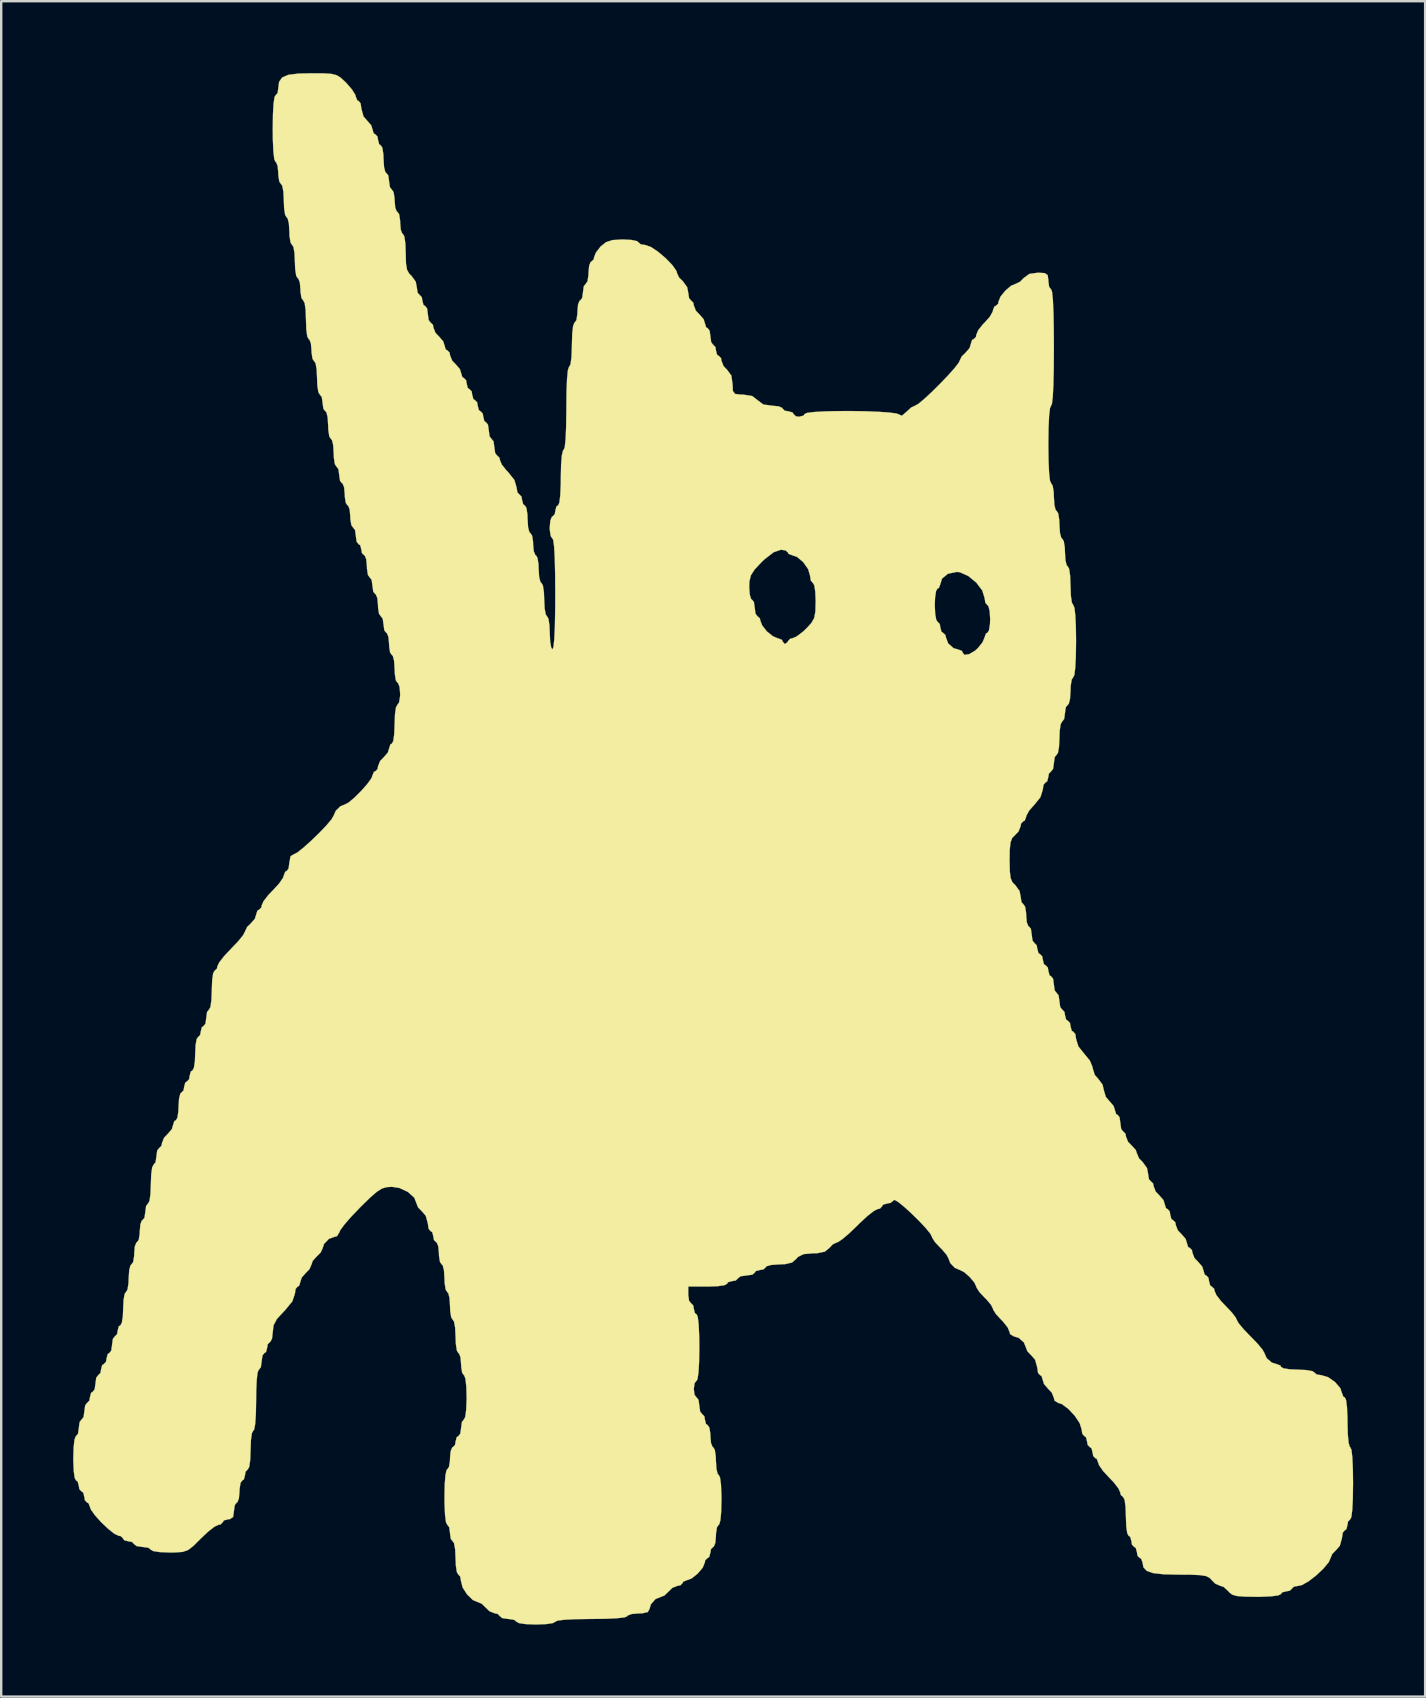
<source format=kicad_pcb>
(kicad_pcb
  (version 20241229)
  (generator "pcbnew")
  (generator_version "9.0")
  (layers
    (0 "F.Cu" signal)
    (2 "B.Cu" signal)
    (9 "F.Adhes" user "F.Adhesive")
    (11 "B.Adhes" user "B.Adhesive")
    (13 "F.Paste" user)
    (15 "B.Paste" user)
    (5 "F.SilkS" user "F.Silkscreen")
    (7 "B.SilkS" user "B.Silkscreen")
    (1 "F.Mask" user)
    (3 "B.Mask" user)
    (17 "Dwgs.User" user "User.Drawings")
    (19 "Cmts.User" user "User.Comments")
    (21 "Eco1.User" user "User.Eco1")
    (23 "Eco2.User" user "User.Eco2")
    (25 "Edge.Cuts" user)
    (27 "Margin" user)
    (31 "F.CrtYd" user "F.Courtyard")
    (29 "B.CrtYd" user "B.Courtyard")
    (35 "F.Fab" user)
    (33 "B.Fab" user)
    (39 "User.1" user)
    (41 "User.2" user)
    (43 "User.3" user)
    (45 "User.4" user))
  (footprint "MUMBO_WUMBO"
    (layer "F.Cu")
    (at 26.675 32.332)
    (property "Reference" "MUMBO_WUMBO" (at 0 0 0) (layer "F.SilkS") (effects (font (size 1.524 1.524) (thickness 0.3))))
    (attr through_hole)
    (fp_poly (pts (xy -16.247 -32.324) (xy -15.917 -32.304) (xy -15.697 -32.249) (xy -15.524 -32.143) (xy -15.337 -31.97) (xy -15.294 -31.927) (xy -15.059 -31.658) (xy -14.915 -31.428) (xy -14.894 -31.35) (xy -14.832 -31.194) (xy -14.778 -31.173) (xy -14.695 -31.073) (xy -14.663 -30.852) (xy -14.575 -30.529) (xy -14.432 -30.365) (xy -14.251 -30.157) (xy -14.201 -29.993) (xy -14.147 -29.819) (xy -14.085 -29.787) (xy -13.992 -29.691) (xy -13.97 -29.556) (xy -13.922 -29.369) (xy -13.855 -29.325) (xy -13.789 -29.222) (xy -13.747 -28.956) (xy -13.739 -28.748) (xy -13.718 -28.419) (xy -13.665 -28.21) (xy -13.624 -28.171) (xy -13.543 -28.071) (xy -13.508 -27.829) (xy -13.508 -27.825) (xy -13.475 -27.581) (xy -13.394 -27.478) (xy -13.393 -27.478) (xy -13.32 -27.376) (xy -13.28 -27.12) (xy -13.277 -27.016) (xy -13.252 -26.727) (xy -13.188 -26.566) (xy -13.162 -26.555) (xy -13.09 -26.452) (xy -13.049 -26.196) (xy -13.046 -26.093) (xy -13.021 -25.804) (xy -12.957 -25.643) (xy -12.931 -25.631) (xy -12.871 -25.524) (xy -12.83 -25.24) (xy -12.815 -24.848) (xy -12.804 -24.407) (xy -12.759 -24.135) (xy -12.665 -23.969) (xy -12.585 -23.899) (xy -12.398 -23.643) (xy -12.354 -23.412) (xy -12.318 -23.18) (xy -12.238 -23.091) (xy -12.144 -22.994) (xy -12.123 -22.86) (xy -12.074 -22.672) (xy -12.007 -22.629) (xy -11.926 -22.529) (xy -11.892 -22.287) (xy -11.892 -22.283) (xy -11.858 -22.04) (xy -11.778 -21.936) (xy -11.776 -21.936) (xy -11.679 -21.841) (xy -11.661 -21.731) (xy -11.574 -21.508) (xy -11.43 -21.359) (xy -11.25 -21.152) (xy -11.199 -20.987) (xy -11.145 -20.814) (xy -11.084 -20.782) (xy -10.986 -20.686) (xy -10.968 -20.576) (xy -10.881 -20.353) (xy -10.737 -20.205) (xy -10.557 -19.997) (xy -10.506 -19.833) (xy -10.453 -19.659) (xy -10.391 -19.627) (xy -10.297 -19.531) (xy -10.275 -19.396) (xy -10.227 -19.209) (xy -10.16 -19.165) (xy -10.066 -19.069) (xy -10.045 -18.935) (xy -9.996 -18.747) (xy -9.929 -18.704) (xy -9.835 -18.607) (xy -9.814 -18.473) (xy -9.765 -18.285) (xy -9.698 -18.242) (xy -9.604 -18.145) (xy -9.583 -18.011) (xy -9.534 -17.823) (xy -9.467 -17.78) (xy -9.386 -17.68) (xy -9.352 -17.438) (xy -9.352 -17.434) (xy -9.318 -17.19) (xy -9.238 -17.087) (xy -9.236 -17.087) (xy -9.155 -16.987) (xy -9.121 -16.745) (xy -9.121 -16.741) (xy -9.087 -16.498) (xy -9.007 -16.395) (xy -9.005 -16.395) (xy -8.905 -16.3) (xy -8.89 -16.21) (xy -8.811 -16.019) (xy -8.613 -15.771) (xy -8.544 -15.702) (xy -8.285 -15.374) (xy -8.197 -15.078) (xy -8.159 -14.856) (xy -8.082 -14.778) (xy -7.988 -14.681) (xy -7.966 -14.547) (xy -7.918 -14.36) (xy -7.851 -14.316) (xy -7.785 -14.213) (xy -7.743 -13.947) (xy -7.735 -13.739) (xy -7.715 -13.41) (xy -7.662 -13.201) (xy -7.62 -13.162) (xy -7.548 -13.059) (xy -7.507 -12.804) (xy -7.505 -12.7) (xy -7.479 -12.411) (xy -7.415 -12.25) (xy -7.389 -12.238) (xy -7.323 -12.134) (xy -7.281 -11.869) (xy -7.274 -11.661) (xy -7.253 -11.332) (xy -7.2 -11.123) (xy -7.158 -11.084) (xy -7.097 -10.978) (xy -7.055 -10.704) (xy -7.043 -10.391) (xy -7.025 -10.022) (xy -6.979 -9.772) (xy -6.927 -9.698) (xy -6.866 -9.593) (xy -6.824 -9.318) (xy -6.812 -9.005) (xy -6.794 -8.636) (xy -6.749 -8.386) (xy -6.696 -8.313) (xy -6.654 -8.426) (xy -6.621 -8.756) (xy -6.597 -9.291) (xy -6.584 -10.016) (xy -6.581 -10.622) (xy -6.583 -10.913) (xy 1.501 -10.913) (xy 1.524 -10.603) (xy 1.581 -10.415) (xy 1.616 -10.391) (xy 1.697 -10.291) (xy 1.732 -10.049) (xy 1.732 -10.045) (xy 1.765 -9.801) (xy 1.846 -9.698) (xy 1.847 -9.698) (xy 1.949 -9.604) (xy 1.963 -9.52) (xy 2.039 -9.321) (xy 2.226 -9.078) (xy 2.246 -9.058) (xy 2.488 -8.865) (xy 2.695 -8.775) (xy 2.708 -8.775) (xy 2.865 -8.714) (xy 2.886 -8.659) (xy 2.974 -8.547) (xy 3.002 -8.544) (xy 3.114 -8.631) (xy 3.117 -8.659) (xy 3.211 -8.761) (xy 3.294 -8.775) (xy 3.475 -8.851) (xy 3.734 -9.047) (xy 3.872 -9.175) (xy 4.09 -9.411) (xy 4.21 -9.621) (xy 4.261 -9.889) (xy 4.268 -10.16) (xy 9.236 -10.16) (xy 9.254 -9.791) (xy 9.3 -9.541) (xy 9.352 -9.467) (xy 9.446 -9.371) (xy 9.467 -9.236) (xy 9.516 -9.049) (xy 9.583 -9.005) (xy 9.684 -8.911) (xy 9.698 -8.824) (xy 9.796 -8.563) (xy 10.024 -8.364) (xy 10.209 -8.313) (xy 10.368 -8.253) (xy 10.391 -8.197) (xy 10.468 -8.088) (xy 10.661 -8.113) (xy 10.91 -8.258) (xy 11.031 -8.365) (xy 11.225 -8.607) (xy 11.314 -8.814) (xy 11.315 -8.827) (xy 11.375 -8.984) (xy 11.43 -9.005) (xy 11.496 -9.109) (xy 11.538 -9.375) (xy 11.545 -9.583) (xy 11.525 -9.912) (xy 11.472 -10.121) (xy 11.43 -10.16) (xy 11.344 -10.259) (xy 11.315 -10.452) (xy 11.216 -10.772) (xy 10.966 -11.101) (xy 10.632 -11.375) (xy 10.281 -11.531) (xy 10.156 -11.545) (xy 9.786 -11.469) (xy 9.539 -11.266) (xy 9.467 -11.034) (xy 9.407 -10.875) (xy 9.352 -10.853) (xy 9.29 -10.748) (xy 9.249 -10.473) (xy 9.236 -10.16) (xy 4.268 -10.16) (xy 4.272 -10.298) (xy 4.272 -10.329) (xy 4.256 -10.723) (xy 4.213 -10.993) (xy 4.156 -11.084) (xy 4.07 -11.183) (xy 4.041 -11.378) (xy 3.958 -11.661) (xy 3.754 -11.951) (xy 3.499 -12.169) (xy 3.296 -12.238) (xy 3.139 -12.299) (xy 3.117 -12.354) (xy 3.018 -12.44) (xy 2.826 -12.469) (xy 2.524 -12.367) (xy 2.133 -12.064) (xy 2.017 -11.953) (xy 1.727 -11.643) (xy 1.571 -11.401) (xy 1.51 -11.147) (xy 1.501 -10.913) (xy -6.583 -10.913) (xy -6.587 -11.471) (xy -6.603 -12.138) (xy -6.63 -12.611) (xy -6.666 -12.876) (xy -6.696 -12.931) (xy -6.769 -13.033) (xy -6.809 -13.289) (xy -6.812 -13.393) (xy -6.786 -13.682) (xy -6.722 -13.843) (xy -6.696 -13.855) (xy -6.603 -13.951) (xy -6.581 -14.085) (xy -6.533 -14.273) (xy -6.465 -14.316) (xy -6.412 -14.426) (xy -6.373 -14.733) (xy -6.352 -15.204) (xy -6.35 -15.471) (xy -6.339 -16.007) (xy -6.308 -16.395) (xy -6.261 -16.601) (xy -6.235 -16.625) (xy -6.187 -16.738) (xy -6.152 -17.061) (xy -6.129 -17.575) (xy -6.119 -18.26) (xy -6.119 -18.357) (xy -6.112 -19.063) (xy -6.09 -19.6) (xy -6.056 -19.948) (xy -6.01 -20.087) (xy -6.004 -20.089) (xy -5.946 -20.197) (xy -5.906 -20.492) (xy -5.889 -20.93) (xy -5.888 -21.013) (xy -5.875 -21.47) (xy -5.838 -21.792) (xy -5.783 -21.933) (xy -5.773 -21.936) (xy -5.7 -22.039) (xy -5.66 -22.295) (xy -5.657 -22.398) (xy -5.632 -22.687) (xy -5.568 -22.848) (xy -5.542 -22.86) (xy -5.461 -22.96) (xy -5.426 -23.202) (xy -5.426 -23.206) (xy -5.393 -23.45) (xy -5.312 -23.553) (xy -5.311 -23.553) (xy -5.239 -23.655) (xy -5.198 -23.911) (xy -5.195 -24.015) (xy -5.17 -24.304) (xy -5.106 -24.465) (xy -5.08 -24.476) (xy -4.978 -24.57) (xy -4.965 -24.655) (xy -4.888 -24.853) (xy -4.701 -25.096) (xy -4.681 -25.117) (xy -4.461 -25.29) (xy -4.195 -25.376) (xy -3.796 -25.4) (xy -3.758 -25.4) (xy -3.408 -25.381) (xy -3.176 -25.333) (xy -3.117 -25.285) (xy -3.018 -25.198) (xy -2.826 -25.169) (xy -2.6 -25.09) (xy -2.298 -24.889) (xy -1.979 -24.62) (xy -1.703 -24.335) (xy -1.531 -24.088) (xy -1.501 -23.985) (xy -1.416 -23.807) (xy -1.27 -23.668) (xy -1.084 -23.412) (xy -1.039 -23.181) (xy -1.003 -22.949) (xy -0.924 -22.86) (xy -0.826 -22.765) (xy -0.808 -22.655) (xy -0.721 -22.431) (xy -0.577 -22.283) (xy -0.397 -22.075) (xy -0.346 -21.911) (xy -0.293 -21.738) (xy -0.231 -21.705) (xy -0.15 -21.605) (xy -0.115 -21.363) (xy -0.115 -21.359) (xy -0.082 -21.116) (xy -0.001 -21.013) (xy 0 -21.013) (xy 0.094 -20.916) (xy 0.115 -20.782) (xy 0.164 -20.594) (xy 0.231 -20.551) (xy 0.328 -20.455) (xy 0.346 -20.345) (xy 0.433 -20.122) (xy 0.577 -19.974) (xy 0.758 -19.728) (xy 0.808 -19.371) (xy 0.822 -19.086) (xy 0.909 -18.964) (xy 1.138 -18.935) (xy 1.245 -18.935) (xy 1.631 -18.874) (xy 1.847 -18.704) (xy 2.093 -18.522) (xy 2.45 -18.473) (xy 2.73 -18.446) (xy 2.879 -18.379) (xy 2.886 -18.357) (xy 2.983 -18.263) (xy 3.117 -18.242) (xy 3.305 -18.193) (xy 3.348 -18.126) (xy 3.445 -18.033) (xy 3.579 -18.011) (xy 3.767 -18.059) (xy 3.81 -18.126) (xy 3.918 -18.174) (xy 4.211 -18.21) (xy 4.643 -18.235) (xy 5.17 -18.247) (xy 5.746 -18.249) (xy 6.325 -18.24) (xy 6.862 -18.22) (xy 7.311 -18.19) (xy 7.628 -18.15) (xy 7.766 -18.101) (xy 7.768 -18.098) (xy 7.864 -18.052) (xy 8.051 -18.213) (xy 8.257 -18.399) (xy 8.415 -18.473) (xy 8.556 -18.552) (xy 8.807 -18.762) (xy 9.127 -19.059) (xy 9.472 -19.402) (xy 9.801 -19.746) (xy 10.071 -20.05) (xy 10.24 -20.271) (xy 10.275 -20.35) (xy 10.361 -20.528) (xy 10.506 -20.666) (xy 10.687 -20.874) (xy 10.737 -21.038) (xy 10.791 -21.212) (xy 10.853 -21.244) (xy 10.953 -21.338) (xy 10.968 -21.428) (xy 11.048 -21.62) (xy 11.245 -21.868) (xy 11.315 -21.936) (xy 11.535 -22.184) (xy 11.654 -22.401) (xy 11.661 -22.445) (xy 11.72 -22.605) (xy 11.776 -22.629) (xy 11.878 -22.723) (xy 11.892 -22.808) (xy 11.976 -23.018) (xy 12.177 -23.266) (xy 12.416 -23.471) (xy 12.612 -23.553) (xy 12.792 -23.638) (xy 12.931 -23.784) (xy 13.177 -23.965) (xy 13.534 -24.015) (xy 13.819 -23.999) (xy 13.942 -23.915) (xy 13.97 -23.71) (xy 13.97 -23.668) (xy 14.003 -23.425) (xy 14.084 -23.322) (xy 14.085 -23.322) (xy 14.127 -23.209) (xy 14.16 -22.877) (xy 14.184 -22.34) (xy 14.197 -21.61) (xy 14.201 -20.897) (xy 14.196 -20.022) (xy 14.18 -19.33) (xy 14.154 -18.833) (xy 14.119 -18.545) (xy 14.085 -18.473) (xy 14.037 -18.361) (xy 14.001 -18.04) (xy 13.978 -17.532) (xy 13.97 -16.858) (xy 13.97 -16.856) (xy 13.978 -16.182) (xy 14.001 -15.673) (xy 14.037 -15.352) (xy 14.085 -15.24) (xy 14.085 -15.24) (xy 14.151 -15.136) (xy 14.193 -14.871) (xy 14.201 -14.663) (xy 14.222 -14.333) (xy 14.275 -14.124) (xy 14.316 -14.085) (xy 14.382 -13.982) (xy 14.424 -13.716) (xy 14.432 -13.508) (xy 14.453 -13.179) (xy 14.506 -12.97) (xy 14.547 -12.931) (xy 14.613 -12.827) (xy 14.655 -12.562) (xy 14.663 -12.354) (xy 14.683 -12.024) (xy 14.737 -11.815) (xy 14.778 -11.776) (xy 14.837 -11.67) (xy 14.878 -11.383) (xy 14.894 -10.969) (xy 14.894 -10.968) (xy 14.909 -10.554) (xy 14.95 -10.267) (xy 15.009 -10.16) (xy 15.009 -10.16) (xy 15.058 -10.049) (xy 15.095 -9.73) (xy 15.118 -9.229) (xy 15.125 -8.659) (xy 15.116 -8.017) (xy 15.091 -7.538) (xy 15.053 -7.244) (xy 15.009 -7.158) (xy 14.943 -7.054) (xy 14.901 -6.789) (xy 14.894 -6.581) (xy 14.873 -6.252) (xy 14.82 -6.043) (xy 14.778 -6.004) (xy 14.697 -5.903) (xy 14.663 -5.662) (xy 14.663 -5.657) (xy 14.629 -5.414) (xy 14.549 -5.311) (xy 14.547 -5.311) (xy 14.486 -5.206) (xy 14.444 -4.931) (xy 14.432 -4.618) (xy 14.414 -4.249) (xy 14.369 -3.999) (xy 14.316 -3.925) (xy 14.235 -3.825) (xy 14.201 -3.583) (xy 14.201 -3.579) (xy 14.167 -3.336) (xy 14.087 -3.233) (xy 14.085 -3.233) (xy 13.992 -3.136) (xy 13.97 -3.002) (xy 13.922 -2.814) (xy 13.855 -2.771) (xy 13.769 -2.672) (xy 13.739 -2.471) (xy 13.64 -2.154) (xy 13.393 -1.847) (xy 13.173 -1.6) (xy 13.053 -1.383) (xy 13.046 -1.339) (xy 12.987 -1.178) (xy 12.931 -1.155) (xy 12.834 -1.059) (xy 12.815 -0.949) (xy 12.728 -0.726) (xy 12.585 -0.577) (xy 12.463 -0.456) (xy 12.393 -0.27) (xy 12.361 0.037) (xy 12.354 0.462) (xy 12.363 0.926) (xy 12.398 1.218) (xy 12.474 1.394) (xy 12.585 1.501) (xy 12.771 1.757) (xy 12.815 1.988) (xy 12.851 2.22) (xy 12.931 2.309) (xy 13.003 2.412) (xy 13.043 2.667) (xy 13.046 2.771) (xy 13.072 3.06) (xy 13.136 3.221) (xy 13.162 3.233) (xy 13.243 3.333) (xy 13.277 3.575) (xy 13.277 3.579) (xy 13.311 3.822) (xy 13.391 3.925) (xy 13.393 3.925) (xy 13.487 4.022) (xy 13.508 4.156) (xy 13.557 4.344) (xy 13.624 4.387) (xy 13.717 4.484) (xy 13.739 4.618) (xy 13.787 4.806) (xy 13.855 4.849) (xy 13.948 4.946) (xy 13.97 5.08) (xy 14.018 5.268) (xy 14.085 5.311) (xy 14.167 5.411) (xy 14.201 5.653) (xy 14.201 5.657) (xy 14.234 5.9) (xy 14.315 6.004) (xy 14.316 6.004) (xy 14.397 6.104) (xy 14.432 6.346) (xy 14.432 6.35) (xy 14.465 6.593) (xy 14.546 6.696) (xy 14.547 6.696) (xy 14.641 6.793) (xy 14.663 6.927) (xy 14.711 7.115) (xy 14.778 7.158) (xy 14.872 7.255) (xy 14.894 7.389) (xy 14.942 7.577) (xy 15.009 7.62) (xy 15.095 7.719) (xy 15.125 7.92) (xy 15.224 8.237) (xy 15.471 8.544) (xy 15.703 8.828) (xy 15.815 9.104) (xy 15.817 9.142) (xy 15.906 9.422) (xy 16.048 9.583) (xy 16.228 9.823) (xy 16.279 10.045) (xy 16.366 10.338) (xy 16.51 10.506) (xy 16.69 10.714) (xy 16.741 10.878) (xy 16.795 11.052) (xy 16.856 11.084) (xy 16.937 11.184) (xy 16.972 11.426) (xy 16.972 11.43) (xy 17.005 11.673) (xy 17.086 11.776) (xy 17.087 11.776) (xy 17.185 11.872) (xy 17.203 11.982) (xy 17.29 12.205) (xy 17.434 12.354) (xy 17.613 12.55) (xy 17.665 12.7) (xy 17.751 12.902) (xy 17.895 13.046) (xy 18.082 13.303) (xy 18.126 13.534) (xy 18.162 13.766) (xy 18.242 13.855) (xy 18.339 13.95) (xy 18.357 14.06) (xy 18.444 14.283) (xy 18.588 14.432) (xy 18.769 14.639) (xy 18.819 14.804) (xy 18.873 14.977) (xy 18.935 15.009) (xy 19.028 15.106) (xy 19.05 15.24) (xy 19.098 15.428) (xy 19.165 15.471) (xy 19.263 15.566) (xy 19.281 15.676) (xy 19.368 15.9) (xy 19.512 16.048) (xy 19.692 16.256) (xy 19.743 16.42) (xy 19.796 16.593) (xy 19.858 16.625) (xy 19.956 16.721) (xy 19.974 16.831) (xy 20.061 17.054) (xy 20.205 17.203) (xy 20.385 17.41) (xy 20.435 17.575) (xy 20.489 17.748) (xy 20.551 17.78) (xy 20.645 17.877) (xy 20.666 18.011) (xy 20.715 18.199) (xy 20.782 18.242) (xy 20.883 18.336) (xy 20.897 18.424) (xy 20.976 18.601) (xy 21.178 18.861) (xy 21.359 19.05) (xy 21.615 19.318) (xy 21.782 19.536) (xy 21.821 19.626) (xy 21.898 19.767) (xy 22.102 20.013) (xy 22.388 20.311) (xy 22.398 20.32) (xy 22.686 20.618) (xy 22.893 20.866) (xy 22.975 21.011) (xy 22.975 21.013) (xy 23.07 21.229) (xy 23.286 21.412) (xy 23.487 21.475) (xy 23.646 21.534) (xy 23.668 21.59) (xy 23.773 21.651) (xy 24.048 21.693) (xy 24.361 21.705) (xy 24.73 21.723) (xy 24.98 21.769) (xy 25.054 21.821) (xy 25.153 21.907) (xy 25.348 21.936) (xy 25.631 22.019) (xy 25.921 22.223) (xy 26.139 22.478) (xy 26.208 22.682) (xy 26.269 22.839) (xy 26.324 22.86) (xy 26.379 22.969) (xy 26.418 23.271) (xy 26.438 23.727) (xy 26.439 23.899) (xy 26.451 24.397) (xy 26.485 24.752) (xy 26.535 24.927) (xy 26.555 24.938) (xy 26.604 25.05) (xy 26.641 25.368) (xy 26.663 25.869) (xy 26.67 26.439) (xy 26.661 27.081) (xy 26.637 27.561) (xy 26.598 27.854) (xy 26.555 27.94) (xy 26.461 28.037) (xy 26.439 28.171) (xy 26.391 28.359) (xy 26.324 28.402) (xy 26.24 28.502) (xy 26.208 28.723) (xy 26.12 29.045) (xy 25.977 29.21) (xy 25.798 29.395) (xy 25.746 29.527) (xy 25.658 29.729) (xy 25.433 29.999) (xy 25.132 30.284) (xy 24.813 30.53) (xy 24.537 30.684) (xy 24.422 30.711) (xy 24.203 30.75) (xy 24.13 30.826) (xy 24.033 30.92) (xy 23.899 30.942) (xy 23.711 30.99) (xy 23.668 31.057) (xy 23.559 31.113) (xy 23.259 31.153) (xy 22.806 31.172) (xy 22.655 31.173) (xy 22.153 31.166) (xy 21.83 31.14) (xy 21.633 31.084) (xy 21.51 30.987) (xy 21.475 30.942) (xy 21.278 30.762) (xy 21.128 30.711) (xy 20.926 30.625) (xy 20.782 30.48) (xy 20.682 30.375) (xy 20.535 30.307) (xy 20.292 30.269) (xy 19.907 30.252) (xy 19.42 30.249) (xy 18.784 30.235) (xy 18.345 30.187) (xy 18.072 30.093) (xy 17.933 29.943) (xy 17.895 29.738) (xy 17.836 29.579) (xy 17.78 29.556) (xy 17.686 29.46) (xy 17.665 29.325) (xy 17.616 29.138) (xy 17.549 29.095) (xy 17.455 28.998) (xy 17.434 28.864) (xy 17.385 28.676) (xy 17.318 28.633) (xy 17.259 28.526) (xy 17.218 28.24) (xy 17.203 27.825) (xy 17.203 27.825) (xy 17.187 27.41) (xy 17.147 27.123) (xy 17.087 27.016) (xy 17.087 27.016) (xy 16.986 26.922) (xy 16.972 26.834) (xy 16.893 26.657) (xy 16.691 26.397) (xy 16.51 26.208) (xy 16.253 25.93) (xy 16.085 25.69) (xy 16.048 25.582) (xy 15.989 25.423) (xy 15.933 25.4) (xy 15.839 25.303) (xy 15.817 25.169) (xy 15.769 24.981) (xy 15.702 24.938) (xy 15.608 24.841) (xy 15.586 24.707) (xy 15.538 24.52) (xy 15.471 24.476) (xy 15.385 24.377) (xy 15.355 24.184) (xy 15.274 23.93) (xy 15.07 23.626) (xy 14.804 23.341) (xy 14.538 23.142) (xy 14.378 23.091) (xy 14.229 22.996) (xy 14.201 22.885) (xy 14.114 22.662) (xy 13.97 22.514) (xy 13.79 22.306) (xy 13.739 22.142) (xy 13.685 21.968) (xy 13.624 21.936) (xy 13.54 21.837) (xy 13.508 21.615) (xy 13.42 21.293) (xy 13.277 21.128) (xy 13.098 20.941) (xy 13.046 20.806) (xy 12.95 20.568) (xy 12.729 20.376) (xy 12.535 20.32) (xy 12.378 20.227) (xy 12.354 20.135) (xy 12.274 19.944) (xy 12.077 19.696) (xy 12.007 19.627) (xy 11.789 19.392) (xy 11.669 19.202) (xy 11.661 19.165) (xy 11.583 19.005) (xy 11.388 18.775) (xy 11.315 18.704) (xy 11.096 18.47) (xy 10.976 18.283) (xy 10.968 18.248) (xy 10.886 18.071) (xy 10.692 17.843) (xy 10.464 17.643) (xy 10.282 17.55) (xy 10.272 17.549) (xy 10.069 17.46) (xy 9.882 17.262) (xy 9.814 17.084) (xy 9.735 16.926) (xy 9.541 16.697) (xy 9.467 16.625) (xy 9.249 16.392) (xy 9.129 16.208) (xy 9.121 16.173) (xy 9.048 16.032) (xy 8.855 15.798) (xy 8.586 15.51) (xy 8.281 15.21) (xy 7.982 14.936) (xy 7.73 14.73) (xy 7.568 14.632) (xy 7.532 14.639) (xy 7.393 14.755) (xy 7.264 14.778) (xy 7.082 14.828) (xy 7.043 14.894) (xy 6.949 14.995) (xy 6.863 15.009) (xy 6.704 15.087) (xy 6.437 15.295) (xy 6.112 15.594) (xy 6.004 15.702) (xy 5.674 16.02) (xy 5.391 16.261) (xy 5.203 16.386) (xy 5.17 16.395) (xy 4.989 16.48) (xy 4.849 16.625) (xy 4.658 16.785) (xy 4.345 16.851) (xy 4.156 16.856) (xy 3.77 16.89) (xy 3.535 17.006) (xy 3.464 17.087) (xy 3.283 17.242) (xy 2.989 17.309) (xy 2.745 17.318) (xy 2.425 17.34) (xy 2.226 17.395) (xy 2.194 17.434) (xy 2.097 17.527) (xy 1.963 17.549) (xy 1.775 17.597) (xy 1.732 17.665) (xy 1.631 17.746) (xy 1.39 17.78) (xy 1.385 17.78) (xy 1.142 17.813) (xy 1.039 17.894) (xy 1.039 17.895) (xy 0.942 17.989) (xy 0.808 18.011) (xy 0.621 18.059) (xy 0.577 18.126) (xy 0.47 18.186) (xy 0.184 18.227) (xy -0.23 18.242) (xy -1.039 18.242) (xy -1.039 18.588) (xy -1.006 18.831) (xy -0.925 18.935) (xy -0.924 18.935) (xy -0.83 19.031) (xy -0.808 19.165) (xy -0.76 19.353) (xy -0.693 19.396) (xy -0.642 19.507) (xy -0.605 19.822) (xy -0.582 20.315) (xy -0.577 20.782) (xy -0.587 21.39) (xy -0.613 21.84) (xy -0.654 22.105) (xy -0.693 22.167) (xy -0.774 22.268) (xy -0.808 22.509) (xy -0.808 22.514) (xy -0.775 22.757) (xy -0.694 22.86) (xy -0.693 22.86) (xy -0.612 22.96) (xy -0.577 23.202) (xy -0.577 23.206) (xy -0.544 23.45) (xy -0.463 23.553) (xy -0.462 23.553) (xy -0.368 23.649) (xy -0.346 23.784) (xy -0.298 23.971) (xy -0.231 24.015) (xy -0.159 24.117) (xy -0.118 24.373) (xy -0.115 24.476) (xy -0.09 24.766) (xy -0.026 24.926) (xy 0 24.938) (xy 0.066 25.042) (xy 0.108 25.308) (xy 0.115 25.515) (xy 0.136 25.845) (xy 0.189 26.054) (xy 0.231 26.093) (xy 0.286 26.202) (xy 0.326 26.503) (xy 0.345 26.96) (xy 0.346 27.132) (xy 0.334 27.63) (xy 0.301 27.985) (xy 0.25 28.159) (xy 0.231 28.171) (xy 0.159 28.273) (xy 0.118 28.529) (xy 0.115 28.633) (xy 0.09 28.922) (xy 0.026 29.083) (xy 0 29.095) (xy -0.094 29.191) (xy -0.115 29.325) (xy -0.164 29.513) (xy -0.231 29.556) (xy -0.332 29.65) (xy -0.346 29.735) (xy -0.434 29.955) (xy -0.644 30.205) (xy -0.895 30.407) (xy -1.092 30.48) (xy -1.249 30.541) (xy -1.27 30.595) (xy -1.365 30.693) (xy -1.475 30.711) (xy -1.699 30.798) (xy -1.847 30.942) (xy -2.034 31.121) (xy -2.17 31.173) (xy -2.407 31.269) (xy -2.599 31.49) (xy -2.655 31.684) (xy -2.723 31.808) (xy -2.954 31.861) (xy -3.117 31.865) (xy -3.406 31.891) (xy -3.567 31.955) (xy -3.579 31.981) (xy -3.69 32.03) (xy -4.009 32.067) (xy -4.51 32.09) (xy -5.08 32.096) (xy -5.722 32.105) (xy -6.202 32.129) (xy -6.495 32.168) (xy -6.581 32.212) (xy -6.688 32.271) (xy -6.974 32.312) (xy -7.388 32.327) (xy -7.389 32.327) (xy -7.804 32.312) (xy -8.09 32.271) (xy -8.197 32.212) (xy -8.197 32.212) (xy -8.298 32.131) (xy -8.539 32.096) (xy -8.544 32.096) (xy -8.787 32.063) (xy -8.89 31.982) (xy -8.89 31.981) (xy -8.985 31.884) (xy -9.095 31.865) (xy -9.319 31.778) (xy -9.467 31.635) (xy -9.653 31.456) (xy -9.787 31.404) (xy -10.014 31.309) (xy -10.255 31.076) (xy -10.441 30.787) (xy -10.506 30.543) (xy -10.545 30.324) (xy -10.622 30.249) (xy -10.683 30.144) (xy -10.725 29.869) (xy -10.737 29.556) (xy -10.755 29.187) (xy -10.801 28.937) (xy -10.853 28.864) (xy -10.934 28.763) (xy -10.968 28.522) (xy -10.968 28.517) (xy -11.002 28.274) (xy -11.082 28.171) (xy -11.084 28.171) (xy -11.137 28.061) (xy -11.176 27.754) (xy -11.197 27.283) (xy -11.199 27.016) (xy -11.188 26.48) (xy -11.157 26.092) (xy -11.11 25.886) (xy -11.084 25.862) (xy -11.011 25.759) (xy -10.971 25.504) (xy -10.968 25.4) (xy -10.943 25.111) (xy -10.879 24.95) (xy -10.853 24.938) (xy -10.759 24.841) (xy -10.737 24.707) (xy -10.689 24.52) (xy -10.622 24.476) (xy -10.541 24.376) (xy -10.506 24.134) (xy -10.506 24.13) (xy -10.473 23.887) (xy -10.392 23.784) (xy -10.391 23.784) (xy -10.334 23.676) (xy -10.294 23.381) (xy -10.276 22.943) (xy -10.275 22.86) (xy -10.289 22.403) (xy -10.326 22.081) (xy -10.381 21.939) (xy -10.391 21.936) (xy -10.463 21.834) (xy -10.503 21.578) (xy -10.506 21.475) (xy -10.532 21.185) (xy -10.596 21.025) (xy -10.622 21.013) (xy -10.683 20.908) (xy -10.725 20.633) (xy -10.737 20.32) (xy -10.755 19.951) (xy -10.801 19.701) (xy -10.853 19.627) (xy -10.919 19.523) (xy -10.96 19.258) (xy -10.968 19.05) (xy -10.989 18.721) (xy -11.042 18.512) (xy -11.084 18.473) (xy -11.149 18.369) (xy -11.191 18.103) (xy -11.199 17.895) (xy -11.22 17.566) (xy -11.273 17.357) (xy -11.315 17.318) (xy -11.387 17.216) (xy -11.427 16.96) (xy -11.43 16.856) (xy -11.456 16.567) (xy -11.52 16.406) (xy -11.545 16.395) (xy -11.639 16.298) (xy -11.661 16.164) (xy -11.709 15.976) (xy -11.776 15.933) (xy -11.86 15.833) (xy -11.892 15.612) (xy -11.98 15.289) (xy -12.123 15.125) (xy -12.302 14.939) (xy -12.354 14.805) (xy -12.457 14.538) (xy -12.723 14.298) (xy -13.081 14.132) (xy -13.389 14.085) (xy -13.614 14.099) (xy -13.811 14.159) (xy -14.025 14.296) (xy -14.303 14.538) (xy -14.69 14.917) (xy -14.722 14.95) (xy -15.079 15.322) (xy -15.365 15.65) (xy -15.543 15.891) (xy -15.586 15.989) (xy -15.679 16.141) (xy -15.768 16.164) (xy -16.018 16.255) (xy -16.22 16.466) (xy -16.279 16.649) (xy -16.365 16.832) (xy -16.51 16.972) (xy -16.69 17.169) (xy -16.741 17.318) (xy -16.827 17.52) (xy -16.972 17.665) (xy -17.152 17.872) (xy -17.203 18.036) (xy -17.256 18.21) (xy -17.318 18.242) (xy -17.404 18.341) (xy -17.434 18.54) (xy -17.541 18.859) (xy -17.86 19.247) (xy -17.895 19.281) (xy -18.183 19.592) (xy -18.323 19.857) (xy -18.357 20.138) (xy -18.386 20.408) (xy -18.456 20.546) (xy -18.473 20.551) (xy -18.567 20.648) (xy -18.588 20.782) (xy -18.637 20.969) (xy -18.704 21.013) (xy -18.785 21.113) (xy -18.819 21.355) (xy -18.819 21.359) (xy -18.853 21.602) (xy -18.933 21.705) (xy -18.935 21.705) (xy -18.987 21.816) (xy -19.025 22.127) (xy -19.046 22.611) (xy -19.05 22.975) (xy -19.06 23.548) (xy -19.088 23.968) (xy -19.132 24.204) (xy -19.165 24.245) (xy -19.225 24.352) (xy -19.266 24.638) (xy -19.281 25.053) (xy -19.281 25.054) (xy -19.296 25.468) (xy -19.337 25.755) (xy -19.396 25.862) (xy -19.396 25.862) (xy -19.49 25.959) (xy -19.512 26.093) (xy -19.56 26.28) (xy -19.627 26.324) (xy -19.7 26.426) (xy -19.74 26.682) (xy -19.743 26.785) (xy -19.768 27.075) (xy -19.832 27.235) (xy -19.858 27.247) (xy -19.939 27.348) (xy -19.974 27.589) (xy -19.974 27.594) (xy -20.01 27.847) (xy -20.145 27.936) (xy -20.205 27.94) (xy -20.392 27.988) (xy -20.435 28.055) (xy -20.529 28.157) (xy -20.616 28.171) (xy -20.783 28.249) (xy -21.048 28.455) (xy -21.354 28.743) (xy -21.359 28.748) (xy -21.661 29.05) (xy -21.885 29.223) (xy -22.113 29.302) (xy -22.428 29.324) (xy -22.679 29.325) (xy -23.074 29.309) (xy -23.345 29.266) (xy -23.437 29.21) (xy -23.538 29.129) (xy -23.779 29.095) (xy -23.784 29.095) (xy -24.027 29.061) (xy -24.13 28.981) (xy -24.13 28.979) (xy -24.227 28.885) (xy -24.361 28.864) (xy -24.549 28.815) (xy -24.592 28.748) (xy -24.686 28.646) (xy -24.768 28.633) (xy -24.95 28.551) (xy -25.215 28.342) (xy -25.507 28.065) (xy -25.767 27.776) (xy -25.94 27.532) (xy -25.977 27.423) (xy -26.039 27.268) (xy -26.093 27.247) (xy -26.187 27.151) (xy -26.208 27.016) (xy -26.257 26.829) (xy -26.324 26.785) (xy -26.417 26.689) (xy -26.439 26.555) (xy -26.487 26.367) (xy -26.555 26.324) (xy -26.612 26.216) (xy -26.652 25.921) (xy -26.67 25.483) (xy -26.67 25.4) (xy -26.656 24.943) (xy -26.62 24.621) (xy -26.565 24.479) (xy -26.555 24.476) (xy -26.473 24.376) (xy -26.439 24.134) (xy -26.439 24.13) (xy -26.406 23.887) (xy -26.325 23.784) (xy -26.324 23.784) (xy -26.243 23.683) (xy -26.208 23.442) (xy -26.208 23.437) (xy -26.175 23.194) (xy -26.094 23.091) (xy -26.093 23.091) (xy -25.999 22.994) (xy -25.977 22.86) (xy -25.929 22.672) (xy -25.862 22.629) (xy -25.781 22.529) (xy -25.746 22.287) (xy -25.746 22.283) (xy -25.713 22.04) (xy -25.632 21.936) (xy -25.631 21.936) (xy -25.537 21.84) (xy -25.515 21.705) (xy -25.467 21.518) (xy -25.4 21.475) (xy -25.306 21.378) (xy -25.285 21.244) (xy -25.236 21.056) (xy -25.169 21.013) (xy -25.088 20.912) (xy -25.054 20.671) (xy -25.054 20.666) (xy -25.02 20.423) (xy -24.94 20.32) (xy -24.938 20.32) (xy -24.844 20.223) (xy -24.823 20.089) (xy -24.774 19.901) (xy -24.707 19.858) (xy -24.646 19.753) (xy -24.604 19.478) (xy -24.592 19.165) (xy -24.574 18.796) (xy -24.529 18.546) (xy -24.476 18.473) (xy -24.411 18.369) (xy -24.369 18.103) (xy -24.361 17.895) (xy -24.34 17.566) (xy -24.287 17.357) (xy -24.245 17.318) (xy -24.173 17.216) (xy -24.133 16.96) (xy -24.13 16.856) (xy -24.104 16.567) (xy -24.04 16.406) (xy -24.015 16.395) (xy -23.942 16.292) (xy -23.902 16.036) (xy -23.899 15.933) (xy -23.873 15.644) (xy -23.81 15.483) (xy -23.784 15.471) (xy -23.703 15.371) (xy -23.668 15.129) (xy -23.668 15.125) (xy -23.635 14.881) (xy -23.554 14.778) (xy -23.553 14.778) (xy -23.494 14.671) (xy -23.453 14.385) (xy -23.437 13.971) (xy -23.437 13.97) (xy -23.422 13.555) (xy -23.381 13.269) (xy -23.322 13.162) (xy -23.322 13.162) (xy -23.241 13.061) (xy -23.206 12.82) (xy -23.206 12.815) (xy -23.173 12.572) (xy -23.092 12.469) (xy -23.091 12.469) (xy -22.994 12.374) (xy -22.975 12.264) (xy -22.888 12.04) (xy -22.745 11.892) (xy -22.564 11.684) (xy -22.514 11.52) (xy -22.46 11.347) (xy -22.398 11.315) (xy -22.332 11.211) (xy -22.291 10.945) (xy -22.283 10.737) (xy -22.262 10.408) (xy -22.209 10.199) (xy -22.167 10.16) (xy -22.073 10.063) (xy -22.052 9.929) (xy -22.003 9.741) (xy -21.936 9.698) (xy -21.843 9.601) (xy -21.821 9.467) (xy -21.773 9.28) (xy -21.705 9.236) (xy -21.644 9.131) (xy -21.602 8.856) (xy -21.59 8.544) (xy -21.572 8.175) (xy -21.527 7.924) (xy -21.475 7.851) (xy -21.381 7.754) (xy -21.359 7.62) (xy -21.311 7.432) (xy -21.244 7.389) (xy -21.163 7.289) (xy -21.128 7.047) (xy -21.128 7.043) (xy -21.095 6.8) (xy -21.014 6.696) (xy -21.013 6.696) (xy -20.954 6.59) (xy -20.913 6.303) (xy -20.897 5.889) (xy -20.897 5.888) (xy -20.882 5.474) (xy -20.841 5.187) (xy -20.782 5.08) (xy -20.782 5.08) (xy -20.681 4.986) (xy -20.666 4.899) (xy -20.588 4.733) (xy -20.383 4.468) (xy -20.094 4.162) (xy -20.089 4.156) (xy -19.8 3.854) (xy -19.593 3.598) (xy -19.512 3.441) (xy -19.512 3.439) (xy -19.426 3.257) (xy -19.281 3.117) (xy -19.101 2.91) (xy -19.05 2.745) (xy -18.996 2.572) (xy -18.935 2.54) (xy -18.834 2.446) (xy -18.819 2.358) (xy -18.741 2.181) (xy -18.539 1.921) (xy -18.357 1.732) (xy -18.1 1.454) (xy -17.933 1.213) (xy -17.895 1.106) (xy -17.836 0.947) (xy -17.78 0.924) (xy -17.699 0.823) (xy -17.665 0.582) (xy -17.665 0.577) (xy -17.614 0.304) (xy -17.489 0.231) (xy -17.336 0.153) (xy -17.077 -0.052) (xy -16.758 -0.338) (xy -16.425 -0.659) (xy -16.127 -0.971) (xy -15.909 -1.228) (xy -15.818 -1.386) (xy -15.817 -1.392) (xy -15.729 -1.59) (xy -15.536 -1.777) (xy -15.361 -1.847) (xy -15.199 -1.929) (xy -14.952 -2.137) (xy -14.674 -2.413) (xy -14.42 -2.7) (xy -14.246 -2.941) (xy -14.201 -3.057) (xy -14.14 -3.212) (xy -14.085 -3.233) (xy -13.988 -3.328) (xy -13.97 -3.438) (xy -13.883 -3.661) (xy -13.739 -3.81) (xy -13.559 -4.017) (xy -13.508 -4.182) (xy -13.455 -4.355) (xy -13.393 -4.387) (xy -13.334 -4.494) (xy -13.293 -4.78) (xy -13.277 -5.195) (xy -13.277 -5.195) (xy -13.262 -5.61) (xy -13.221 -5.897) (xy -13.162 -6.004) (xy -13.162 -6.004) (xy -13.09 -6.106) (xy -13.049 -6.362) (xy -13.046 -6.465) (xy -13.072 -6.755) (xy -13.136 -6.915) (xy -13.162 -6.927) (xy -13.228 -7.031) (xy -13.269 -7.297) (xy -13.277 -7.505) (xy -13.298 -7.834) (xy -13.351 -8.043) (xy -13.393 -8.082) (xy -13.465 -8.184) (xy -13.505 -8.44) (xy -13.508 -8.544) (xy -13.534 -8.833) (xy -13.598 -8.994) (xy -13.624 -9.005) (xy -13.705 -9.106) (xy -13.739 -9.348) (xy -13.739 -9.352) (xy -13.773 -9.595) (xy -13.853 -9.698) (xy -13.855 -9.698) (xy -13.927 -9.801) (xy -13.967 -10.056) (xy -13.97 -10.16) (xy -13.996 -10.449) (xy -14.06 -10.61) (xy -14.085 -10.622) (xy -14.167 -10.722) (xy -14.201 -10.964) (xy -14.201 -10.968) (xy -14.234 -11.211) (xy -14.315 -11.315) (xy -14.316 -11.315) (xy -14.389 -11.417) (xy -14.429 -11.673) (xy -14.432 -11.776) (xy -14.457 -12.066) (xy -14.521 -12.226) (xy -14.547 -12.238) (xy -14.641 -12.335) (xy -14.663 -12.469) (xy -14.711 -12.657) (xy -14.778 -12.7) (xy -14.859 -12.8) (xy -14.894 -13.042) (xy -14.894 -13.046) (xy -14.927 -13.29) (xy -15.008 -13.393) (xy -15.009 -13.393) (xy -15.081 -13.495) (xy -15.122 -13.751) (xy -15.125 -13.855) (xy -15.15 -14.144) (xy -15.214 -14.305) (xy -15.24 -14.316) (xy -15.312 -14.419) (xy -15.353 -14.675) (xy -15.355 -14.778) (xy -15.381 -15.067) (xy -15.445 -15.228) (xy -15.471 -15.24) (xy -15.552 -15.34) (xy -15.586 -15.582) (xy -15.586 -15.586) (xy -15.62 -15.83) (xy -15.7 -15.933) (xy -15.702 -15.933) (xy -15.768 -16.037) (xy -15.809 -16.302) (xy -15.817 -16.51) (xy -15.838 -16.839) (xy -15.891 -17.048) (xy -15.933 -17.087) (xy -15.999 -17.191) (xy -16.04 -17.457) (xy -16.048 -17.665) (xy -16.069 -17.994) (xy -16.122 -18.203) (xy -16.164 -18.242) (xy -16.245 -18.342) (xy -16.279 -18.584) (xy -16.279 -18.588) (xy -16.313 -18.831) (xy -16.393 -18.935) (xy -16.395 -18.935) (xy -16.456 -19.04) (xy -16.498 -19.314) (xy -16.51 -19.627) (xy -16.528 -19.996) (xy -16.573 -20.246) (xy -16.625 -20.32) (xy -16.698 -20.422) (xy -16.738 -20.678) (xy -16.741 -20.782) (xy -16.767 -21.071) (xy -16.83 -21.232) (xy -16.856 -21.244) (xy -16.916 -21.35) (xy -16.957 -21.637) (xy -16.972 -22.051) (xy -16.972 -22.052) (xy -16.987 -22.466) (xy -17.028 -22.753) (xy -17.087 -22.86) (xy -17.087 -22.86) (xy -17.16 -22.962) (xy -17.2 -23.218) (xy -17.203 -23.322) (xy -17.228 -23.611) (xy -17.292 -23.772) (xy -17.318 -23.784) (xy -17.38 -23.889) (xy -17.421 -24.164) (xy -17.434 -24.476) (xy -17.451 -24.845) (xy -17.497 -25.096) (xy -17.549 -25.169) (xy -17.615 -25.273) (xy -17.657 -25.538) (xy -17.665 -25.746) (xy -17.685 -26.076) (xy -17.738 -26.285) (xy -17.78 -26.324) (xy -17.841 -26.429) (xy -17.883 -26.704) (xy -17.895 -27.016) (xy -17.913 -27.385) (xy -17.959 -27.636) (xy -18.011 -27.709) (xy -18.083 -27.812) (xy -18.123 -28.067) (xy -18.126 -28.171) (xy -18.152 -28.46) (xy -18.216 -28.621) (xy -18.242 -28.633) (xy -18.292 -28.744) (xy -18.33 -29.059) (xy -18.352 -29.552) (xy -18.357 -30.018) (xy -18.348 -30.626) (xy -18.322 -31.076) (xy -18.281 -31.342) (xy -18.242 -31.404) (xy -18.156 -31.503) (xy -18.126 -31.701) (xy -18.092 -31.97) (xy -17.965 -32.152) (xy -17.71 -32.262) (xy -17.293 -32.315) (xy -16.745 -32.327) (xy -16.247 -32.324)) (stroke (width 0.01) (type solid)) (fill yes) (layer "F.SilkS")))
  (gr_rect
    (start -3 -3)
    (end 56.35 67.665)
    (stroke (width 0.1) (type default))
    (fill no)
    (layer "Edge.Cuts")))
</source>
